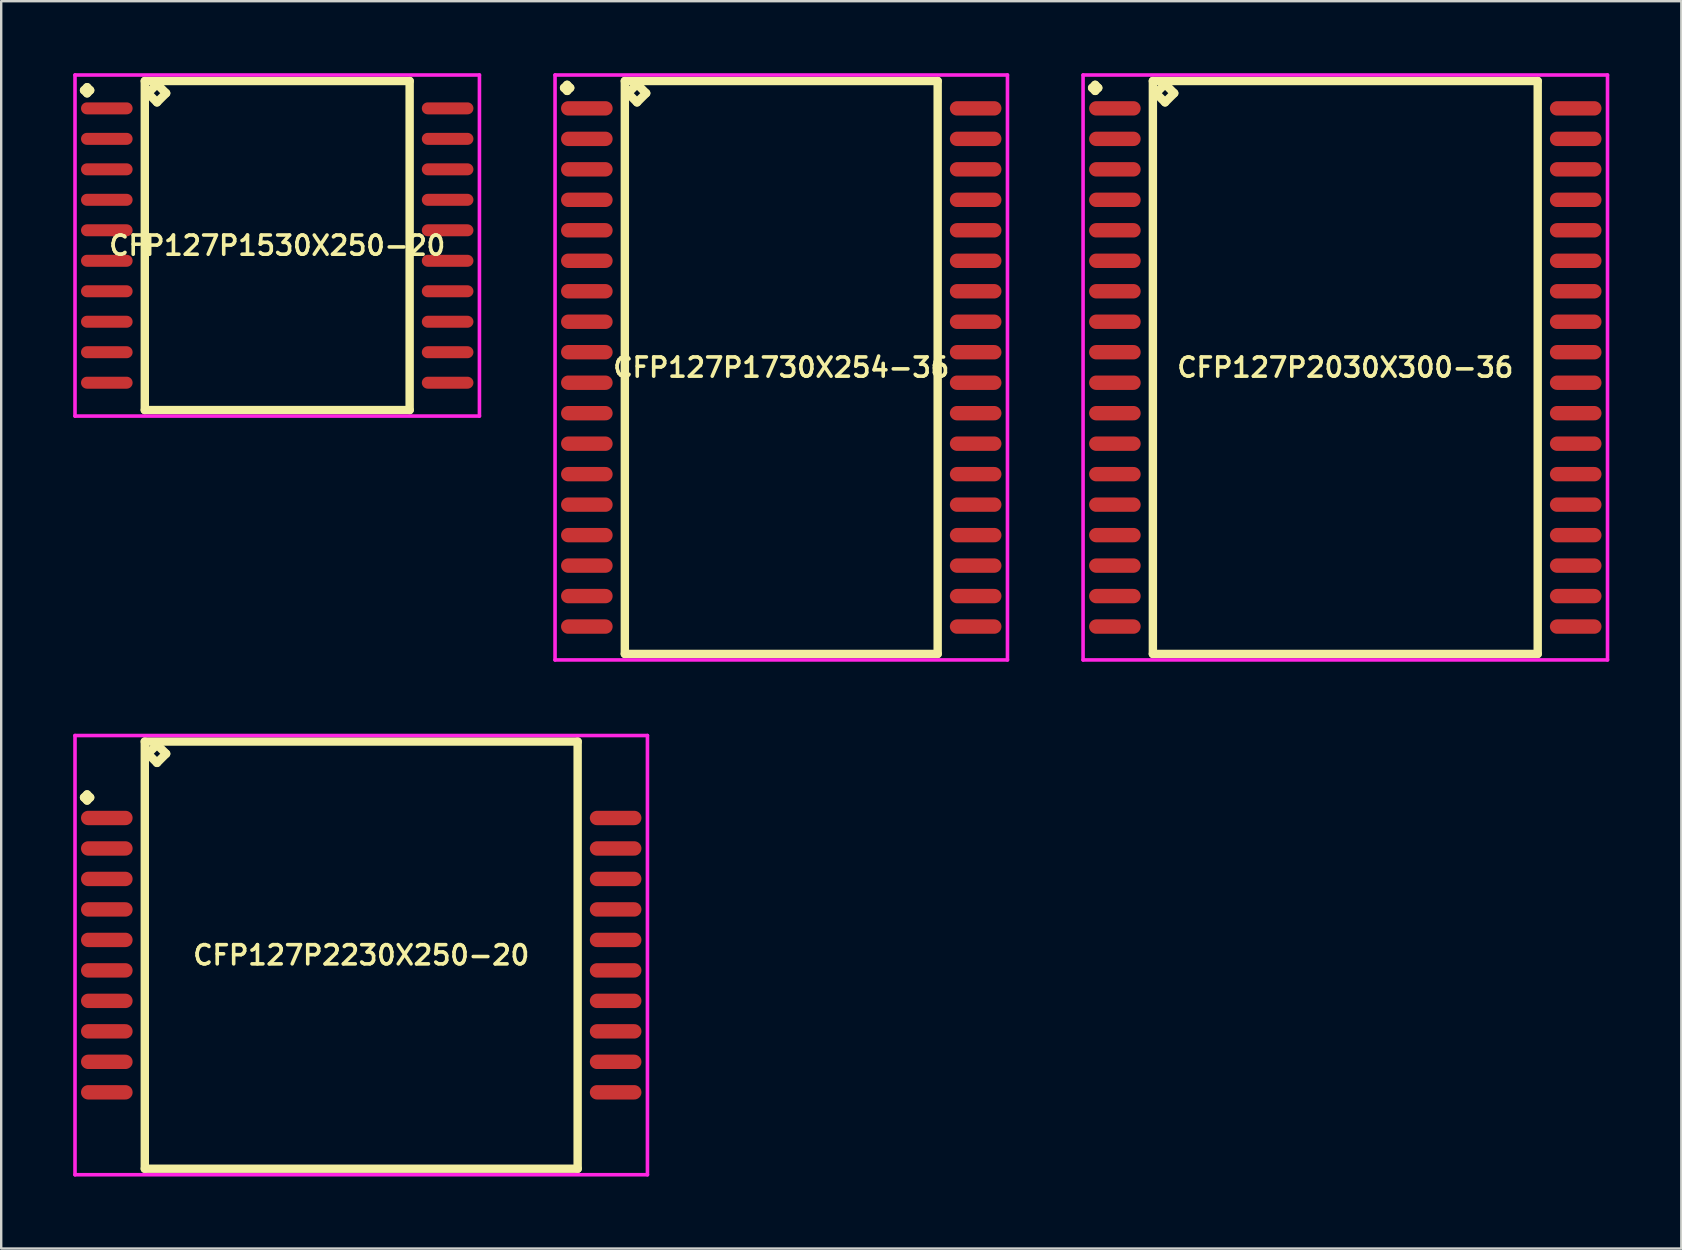
<source format=kicad_pcb>
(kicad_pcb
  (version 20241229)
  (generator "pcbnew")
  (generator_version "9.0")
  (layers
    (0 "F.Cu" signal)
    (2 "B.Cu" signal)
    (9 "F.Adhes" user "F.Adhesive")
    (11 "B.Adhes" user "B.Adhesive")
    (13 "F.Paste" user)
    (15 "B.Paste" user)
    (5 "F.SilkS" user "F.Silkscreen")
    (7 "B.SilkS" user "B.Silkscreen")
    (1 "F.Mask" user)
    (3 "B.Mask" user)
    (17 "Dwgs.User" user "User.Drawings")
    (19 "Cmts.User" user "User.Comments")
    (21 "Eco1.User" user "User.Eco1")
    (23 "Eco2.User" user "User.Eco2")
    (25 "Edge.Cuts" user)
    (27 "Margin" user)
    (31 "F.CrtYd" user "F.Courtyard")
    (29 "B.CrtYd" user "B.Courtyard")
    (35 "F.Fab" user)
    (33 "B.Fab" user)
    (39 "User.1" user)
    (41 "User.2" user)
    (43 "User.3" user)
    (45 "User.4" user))
  (footprint "CFP127P2230X250-20"
    (layer "F.Cu")
    (at 12 36.745)
    (property "Reference" "CFP127P2230X250-20" (at 0 0 0) (layer "F.SilkS") (effects (font (size 0.8 0.8) (thickness 0.15))))
    (attr smd)
    (fp_line (start -11.548 -6.569) (end -11.421 -6.696) (stroke (width 0.35) (type solid)) (layer "F.SilkS"))
    (fp_line (start -11.421 -6.696) (end -11.294 -6.569) (stroke (width 0.35) (type solid)) (layer "F.SilkS"))
    (fp_line (start -11.421 -6.442) (end -11.548 -6.569) (stroke (width 0.35) (type solid)) (layer "F.SilkS"))
    (fp_line (start -11.294 -6.569) (end -11.421 -6.442) (stroke (width 0.35) (type solid)) (layer "F.SilkS"))
    (fp_line (start -9.017 -8.9) (end -9.017 8.9) (stroke (width 0.35) (type solid)) (layer "F.SilkS"))
    (fp_line (start -9.017 8.9) (end 9.017 8.9) (stroke (width 0.35) (type solid)) (layer "F.SilkS"))
    (fp_line (start -8.89 -8.392) (end -8.509 -8.773) (stroke (width 0.35) (type solid)) (layer "F.SilkS"))
    (fp_line (start -8.509 -8.773) (end -8.128 -8.392) (stroke (width 0.35) (type solid)) (layer "F.SilkS"))
    (fp_line (start -8.509 -8.011) (end -8.89 -8.392) (stroke (width 0.35) (type solid)) (layer "F.SilkS"))
    (fp_line (start -8.128 -8.392) (end -8.509 -8.011) (stroke (width 0.35) (type solid)) (layer "F.SilkS"))
    (fp_line (start 9.017 -8.9) (end -9.017 -8.9) (stroke (width 0.35) (type solid)) (layer "F.SilkS"))
    (fp_line (start 9.017 8.9) (end 9.017 -8.9) (stroke (width 0.35) (type solid)) (layer "F.SilkS"))
    (fp_line (start -11.925 -9.15) (end 11.925 -9.15) (stroke (width 0.15) (type solid)) (layer "F.CrtYd"))
    (fp_line (start -11.925 9.15) (end -11.925 -9.15) (stroke (width 0.15) (type solid)) (layer "F.CrtYd"))
    (fp_line (start 11.925 -9.15) (end 11.925 9.15) (stroke (width 0.15) (type solid)) (layer "F.CrtYd"))
    (fp_line (start 11.925 9.15) (end -11.925 9.15) (stroke (width 0.15) (type solid)) (layer "F.CrtYd"))
    (pad "1" smd oval (at -10.6 -5.715) (size 2.15 0.6) (layers "F.Cu" "F.Mask" "F.Paste"))
    (pad "2" smd oval (at -10.6 -4.445) (size 2.15 0.6) (layers "F.Cu" "F.Mask" "F.Paste"))
    (pad "3" smd oval (at -10.6 -3.175) (size 2.15 0.6) (layers "F.Cu" "F.Mask" "F.Paste"))
    (pad "4" smd oval (at -10.6 -1.905) (size 2.15 0.6) (layers "F.Cu" "F.Mask" "F.Paste"))
    (pad "5" smd oval (at -10.6 -0.635) (size 2.15 0.6) (layers "F.Cu" "F.Mask" "F.Paste"))
    (pad "6" smd oval (at -10.6 0.635) (size 2.15 0.6) (layers "F.Cu" "F.Mask" "F.Paste"))
    (pad "7" smd oval (at -10.6 1.905) (size 2.15 0.6) (layers "F.Cu" "F.Mask" "F.Paste"))
    (pad "8" smd oval (at -10.6 3.175) (size 2.15 0.6) (layers "F.Cu" "F.Mask" "F.Paste"))
    (pad "9" smd oval (at -10.6 4.445) (size 2.15 0.6) (layers "F.Cu" "F.Mask" "F.Paste"))
    (pad "10" smd oval (at -10.6 5.715) (size 2.15 0.6) (layers "F.Cu" "F.Mask" "F.Paste"))
    (pad "11" smd oval (at 10.6 5.715) (size 2.15 0.6) (layers "F.Cu" "F.Mask" "F.Paste"))
    (pad "12" smd oval (at 10.6 4.445) (size 2.15 0.6) (layers "F.Cu" "F.Mask" "F.Paste"))
    (pad "13" smd oval (at 10.6 3.175) (size 2.15 0.6) (layers "F.Cu" "F.Mask" "F.Paste"))
    (pad "14" smd oval (at 10.6 1.905) (size 2.15 0.6) (layers "F.Cu" "F.Mask" "F.Paste"))
    (pad "15" smd oval (at 10.6 0.635) (size 2.15 0.6) (layers "F.Cu" "F.Mask" "F.Paste"))
    (pad "16" smd oval (at 10.6 -0.635) (size 2.15 0.6) (layers "F.Cu" "F.Mask" "F.Paste"))
    (pad "17" smd oval (at 10.6 -1.905) (size 2.15 0.6) (layers "F.Cu" "F.Mask" "F.Paste"))
    (pad "18" smd oval (at 10.6 -3.175) (size 2.15 0.6) (layers "F.Cu" "F.Mask" "F.Paste"))
    (pad "19" smd oval (at 10.6 -4.445) (size 2.15 0.6) (layers "F.Cu" "F.Mask" "F.Paste"))
    (pad "20" smd oval (at 10.6 -5.715) (size 2.15 0.6) (layers "F.Cu" "F.Mask" "F.Paste")))
  (footprint "CFP127P1730X254-36"
    (layer "F.Cu")
    (at 29.5 12.26)
    (property "Reference" "CFP127P1730X254-36" (at 0 0 0) (layer "F.SilkS") (effects (font (size 0.8 0.8) (thickness 0.15))))
    (attr through_hole)
    (fp_line (start -9.048 -11.649) (end -8.921 -11.776) (stroke (width 0.35) (type solid)) (layer "F.SilkS"))
    (fp_line (start -8.921 -11.776) (end -8.794 -11.649) (stroke (width 0.35) (type solid)) (layer "F.SilkS"))
    (fp_line (start -8.921 -11.522) (end -9.048 -11.649) (stroke (width 0.35) (type solid)) (layer "F.SilkS"))
    (fp_line (start -8.794 -11.649) (end -8.921 -11.522) (stroke (width 0.35) (type solid)) (layer "F.SilkS"))
    (fp_line (start -6.517 -11.935) (end -6.517 11.935) (stroke (width 0.35) (type solid)) (layer "F.SilkS"))
    (fp_line (start -6.517 11.935) (end 6.517 11.935) (stroke (width 0.35) (type solid)) (layer "F.SilkS"))
    (fp_line (start -6.39 -11.427) (end -6.009 -11.808) (stroke (width 0.35) (type solid)) (layer "F.SilkS"))
    (fp_line (start -6.009 -11.808) (end -5.628 -11.427) (stroke (width 0.35) (type solid)) (layer "F.SilkS"))
    (fp_line (start -6.009 -11.046) (end -6.39 -11.427) (stroke (width 0.35) (type solid)) (layer "F.SilkS"))
    (fp_line (start -5.628 -11.427) (end -6.009 -11.046) (stroke (width 0.35) (type solid)) (layer "F.SilkS"))
    (fp_line (start 6.517 -11.935) (end -6.517 -11.935) (stroke (width 0.35) (type solid)) (layer "F.SilkS"))
    (fp_line (start 6.517 11.935) (end 6.517 -11.935) (stroke (width 0.35) (type solid)) (layer "F.SilkS"))
    (fp_line (start -9.425 -12.185) (end 9.425 -12.185) (stroke (width 0.15) (type solid)) (layer "F.CrtYd"))
    (fp_line (start -9.425 12.185) (end -9.425 -12.185) (stroke (width 0.15) (type solid)) (layer "F.CrtYd"))
    (fp_line (start 9.425 -12.185) (end 9.425 12.185) (stroke (width 0.15) (type solid)) (layer "F.CrtYd"))
    (fp_line (start 9.425 12.185) (end -9.425 12.185) (stroke (width 0.15) (type solid)) (layer "F.CrtYd"))
    (pad "1" smd oval (at -8.1 -10.795) (size 2.15 0.6) (layers "F.Cu" "F.Mask" "F.Paste"))
    (pad "2" smd oval (at -8.1 -9.525) (size 2.15 0.6) (layers "F.Cu" "F.Mask" "F.Paste"))
    (pad "3" smd oval (at -8.1 -8.255) (size 2.15 0.6) (layers "F.Cu" "F.Mask" "F.Paste"))
    (pad "4" smd oval (at -8.1 -6.985) (size 2.15 0.6) (layers "F.Cu" "F.Mask" "F.Paste"))
    (pad "5" smd oval (at -8.1 -5.715) (size 2.15 0.6) (layers "F.Cu" "F.Mask" "F.Paste"))
    (pad "6" smd oval (at -8.1 -4.445) (size 2.15 0.6) (layers "F.Cu" "F.Mask" "F.Paste"))
    (pad "7" smd oval (at -8.1 -3.175) (size 2.15 0.6) (layers "F.Cu" "F.Mask" "F.Paste"))
    (pad "8" smd oval (at -8.1 -1.905) (size 2.15 0.6) (layers "F.Cu" "F.Mask" "F.Paste"))
    (pad "9" smd oval (at -8.1 -0.635) (size 2.15 0.6) (layers "F.Cu" "F.Mask" "F.Paste"))
    (pad "10" smd oval (at -8.1 0.635) (size 2.15 0.6) (layers "F.Cu" "F.Mask" "F.Paste"))
    (pad "11" smd oval (at -8.1 1.905) (size 2.15 0.6) (layers "F.Cu" "F.Mask" "F.Paste"))
    (pad "12" smd oval (at -8.1 3.175) (size 2.15 0.6) (layers "F.Cu" "F.Mask" "F.Paste"))
    (pad "13" smd oval (at -8.1 4.445) (size 2.15 0.6) (layers "F.Cu" "F.Mask" "F.Paste"))
    (pad "14" smd oval (at -8.1 5.715) (size 2.15 0.6) (layers "F.Cu" "F.Mask" "F.Paste"))
    (pad "15" smd oval (at -8.1 6.985) (size 2.15 0.6) (layers "F.Cu" "F.Mask" "F.Paste"))
    (pad "16" smd oval (at -8.1 8.255) (size 2.15 0.6) (layers "F.Cu" "F.Mask" "F.Paste"))
    (pad "17" smd oval (at -8.1 9.525) (size 2.15 0.6) (layers "F.Cu" "F.Mask" "F.Paste"))
    (pad "18" smd oval (at -8.1 10.795) (size 2.15 0.6) (layers "F.Cu" "F.Mask" "F.Paste"))
    (pad "19" smd oval (at 8.1 10.795) (size 2.15 0.6) (layers "F.Cu" "F.Mask" "F.Paste"))
    (pad "20" smd oval (at 8.1 9.525) (size 2.15 0.6) (layers "F.Cu" "F.Mask" "F.Paste"))
    (pad "21" smd oval (at 8.1 8.255) (size 2.15 0.6) (layers "F.Cu" "F.Mask" "F.Paste"))
    (pad "22" smd oval (at 8.1 6.985) (size 2.15 0.6) (layers "F.Cu" "F.Mask" "F.Paste"))
    (pad "23" smd oval (at 8.1 5.715) (size 2.15 0.6) (layers "F.Cu" "F.Mask" "F.Paste"))
    (pad "24" smd oval (at 8.1 4.445) (size 2.15 0.6) (layers "F.Cu" "F.Mask" "F.Paste"))
    (pad "25" smd oval (at 8.1 3.175) (size 2.15 0.6) (layers "F.Cu" "F.Mask" "F.Paste"))
    (pad "26" smd oval (at 8.1 1.905) (size 2.15 0.6) (layers "F.Cu" "F.Mask" "F.Paste"))
    (pad "27" smd oval (at 8.1 0.635) (size 2.15 0.6) (layers "F.Cu" "F.Mask" "F.Paste"))
    (pad "28" smd oval (at 8.1 -0.635) (size 2.15 0.6) (layers "F.Cu" "F.Mask" "F.Paste"))
    (pad "29" smd oval (at 8.1 -1.905) (size 2.15 0.6) (layers "F.Cu" "F.Mask" "F.Paste"))
    (pad "30" smd oval (at 8.1 -3.175) (size 2.15 0.6) (layers "F.Cu" "F.Mask" "F.Paste"))
    (pad "31" smd oval (at 8.1 -4.445) (size 2.15 0.6) (layers "F.Cu" "F.Mask" "F.Paste"))
    (pad "32" smd oval (at 8.1 -5.715) (size 2.15 0.6) (layers "F.Cu" "F.Mask" "F.Paste"))
    (pad "33" smd oval (at 8.1 -6.985) (size 2.15 0.6) (layers "F.Cu" "F.Mask" "F.Paste"))
    (pad "34" smd oval (at 8.1 -8.255) (size 2.15 0.6) (layers "F.Cu" "F.Mask" "F.Paste"))
    (pad "35" smd oval (at 8.1 -9.525) (size 2.15 0.6) (layers "F.Cu" "F.Mask" "F.Paste"))
    (pad "36" smd oval (at 8.1 -10.795) (size 2.15 0.6) (layers "F.Cu" "F.Mask" "F.Paste")))
  (footprint "CFP127P1530X250-20"
    (layer "F.Cu")
    (at 8.5 7.18)
    (property "Reference" "CFP127P1530X250-20" (at 0 0 0) (layer "F.SilkS") (effects (font (size 0.8 0.8) (thickness 0.15))))
    (attr through_hole)
    (fp_line (start -8.048 -6.469) (end -7.921 -6.596) (stroke (width 0.35) (type solid)) (layer "F.SilkS"))
    (fp_line (start -7.921 -6.596) (end -7.794 -6.469) (stroke (width 0.35) (type solid)) (layer "F.SilkS"))
    (fp_line (start -7.921 -6.342) (end -8.048 -6.469) (stroke (width 0.35) (type solid)) (layer "F.SilkS"))
    (fp_line (start -7.794 -6.469) (end -7.921 -6.342) (stroke (width 0.35) (type solid)) (layer "F.SilkS"))
    (fp_line (start -5.517 -6.855) (end -5.517 6.855) (stroke (width 0.35) (type solid)) (layer "F.SilkS"))
    (fp_line (start -5.517 6.855) (end 5.517 6.855) (stroke (width 0.35) (type solid)) (layer "F.SilkS"))
    (fp_line (start -5.39 -6.347) (end -5.009 -6.728) (stroke (width 0.35) (type solid)) (layer "F.SilkS"))
    (fp_line (start -5.009 -6.728) (end -4.628 -6.347) (stroke (width 0.35) (type solid)) (layer "F.SilkS"))
    (fp_line (start -5.009 -5.966) (end -5.39 -6.347) (stroke (width 0.35) (type solid)) (layer "F.SilkS"))
    (fp_line (start -4.628 -6.347) (end -5.009 -5.966) (stroke (width 0.35) (type solid)) (layer "F.SilkS"))
    (fp_line (start 5.517 -6.855) (end -5.517 -6.855) (stroke (width 0.35) (type solid)) (layer "F.SilkS"))
    (fp_line (start 5.517 6.855) (end 5.517 -6.855) (stroke (width 0.35) (type solid)) (layer "F.SilkS"))
    (fp_line (start -8.425 -7.105) (end 8.425 -7.105) (stroke (width 0.15) (type solid)) (layer "F.CrtYd"))
    (fp_line (start -8.425 7.105) (end -8.425 -7.105) (stroke (width 0.15) (type solid)) (layer "F.CrtYd"))
    (fp_line (start 8.425 -7.105) (end 8.425 7.105) (stroke (width 0.15) (type solid)) (layer "F.CrtYd"))
    (fp_line (start 8.425 7.105) (end -8.425 7.105) (stroke (width 0.15) (type solid)) (layer "F.CrtYd"))
    (pad "1" smd oval (at -7.1 -5.715) (size 2.15 0.5) (layers "F.Cu" "F.Mask" "F.Paste"))
    (pad "2" smd oval (at -7.1 -4.445) (size 2.15 0.5) (layers "F.Cu" "F.Mask" "F.Paste"))
    (pad "3" smd oval (at -7.1 -3.175) (size 2.15 0.5) (layers "F.Cu" "F.Mask" "F.Paste"))
    (pad "4" smd oval (at -7.1 -1.905) (size 2.15 0.5) (layers "F.Cu" "F.Mask" "F.Paste"))
    (pad "5" smd oval (at -7.1 -0.635) (size 2.15 0.5) (layers "F.Cu" "F.Mask" "F.Paste"))
    (pad "6" smd oval (at -7.1 0.635) (size 2.15 0.5) (layers "F.Cu" "F.Mask" "F.Paste"))
    (pad "7" smd oval (at -7.1 1.905) (size 2.15 0.5) (layers "F.Cu" "F.Mask" "F.Paste"))
    (pad "8" smd oval (at -7.1 3.175) (size 2.15 0.5) (layers "F.Cu" "F.Mask" "F.Paste"))
    (pad "9" smd oval (at -7.1 4.445) (size 2.15 0.5) (layers "F.Cu" "F.Mask" "F.Paste"))
    (pad "10" smd oval (at -7.1 5.715) (size 2.15 0.5) (layers "F.Cu" "F.Mask" "F.Paste"))
    (pad "11" smd oval (at 7.1 5.715) (size 2.15 0.5) (layers "F.Cu" "F.Mask" "F.Paste"))
    (pad "12" smd oval (at 7.1 4.445) (size 2.15 0.5) (layers "F.Cu" "F.Mask" "F.Paste"))
    (pad "13" smd oval (at 7.1 3.175) (size 2.15 0.5) (layers "F.Cu" "F.Mask" "F.Paste"))
    (pad "14" smd oval (at 7.1 1.905) (size 2.15 0.5) (layers "F.Cu" "F.Mask" "F.Paste"))
    (pad "15" smd oval (at 7.1 0.635) (size 2.15 0.5) (layers "F.Cu" "F.Mask" "F.Paste"))
    (pad "16" smd oval (at 7.1 -0.635) (size 2.15 0.5) (layers "F.Cu" "F.Mask" "F.Paste"))
    (pad "17" smd oval (at 7.1 -1.905) (size 2.15 0.5) (layers "F.Cu" "F.Mask" "F.Paste"))
    (pad "18" smd oval (at 7.1 -3.175) (size 2.15 0.5) (layers "F.Cu" "F.Mask" "F.Paste"))
    (pad "19" smd oval (at 7.1 -4.445) (size 2.15 0.5) (layers "F.Cu" "F.Mask" "F.Paste"))
    (pad "20" smd oval (at 7.1 -5.715) (size 2.15 0.5) (layers "F.Cu" "F.Mask" "F.Paste")))
  (footprint "CFP127P2030X300-36"
    (layer "F.Cu")
    (at 53 12.26)
    (property "Reference" "CFP127P2030X300-36" (at 0 0 0) (layer "F.SilkS") (effects (font (size 0.8 0.8) (thickness 0.15))))
    (attr smd)
    (fp_line (start -10.548 -11.649) (end -10.421 -11.776) (stroke (width 0.35) (type solid)) (layer "F.SilkS"))
    (fp_line (start -10.421 -11.776) (end -10.294 -11.649) (stroke (width 0.35) (type solid)) (layer "F.SilkS"))
    (fp_line (start -10.421 -11.522) (end -10.548 -11.649) (stroke (width 0.35) (type solid)) (layer "F.SilkS"))
    (fp_line (start -10.294 -11.649) (end -10.421 -11.522) (stroke (width 0.35) (type solid)) (layer "F.SilkS"))
    (fp_line (start -8.017 -11.935) (end -8.017 11.935) (stroke (width 0.35) (type solid)) (layer "F.SilkS"))
    (fp_line (start -8.017 11.935) (end 8.017 11.935) (stroke (width 0.35) (type solid)) (layer "F.SilkS"))
    (fp_line (start -7.89 -11.427) (end -7.509 -11.808) (stroke (width 0.35) (type solid)) (layer "F.SilkS"))
    (fp_line (start -7.509 -11.808) (end -7.128 -11.427) (stroke (width 0.35) (type solid)) (layer "F.SilkS"))
    (fp_line (start -7.509 -11.046) (end -7.89 -11.427) (stroke (width 0.35) (type solid)) (layer "F.SilkS"))
    (fp_line (start -7.128 -11.427) (end -7.509 -11.046) (stroke (width 0.35) (type solid)) (layer "F.SilkS"))
    (fp_line (start 8.017 -11.935) (end -8.017 -11.935) (stroke (width 0.35) (type solid)) (layer "F.SilkS"))
    (fp_line (start 8.017 11.935) (end 8.017 -11.935) (stroke (width 0.35) (type solid)) (layer "F.SilkS"))
    (fp_line (start -10.925 -12.185) (end 10.925 -12.185) (stroke (width 0.15) (type solid)) (layer "F.CrtYd"))
    (fp_line (start -10.925 12.185) (end -10.925 -12.185) (stroke (width 0.15) (type solid)) (layer "F.CrtYd"))
    (fp_line (start 10.925 -12.185) (end 10.925 12.185) (stroke (width 0.15) (type solid)) (layer "F.CrtYd"))
    (fp_line (start 10.925 12.185) (end -10.925 12.185) (stroke (width 0.15) (type solid)) (layer "F.CrtYd"))
    (pad "1" smd oval (at -9.6 -10.795) (size 2.15 0.6) (layers "F.Cu" "F.Mask" "F.Paste"))
    (pad "2" smd oval (at -9.6 -9.525) (size 2.15 0.6) (layers "F.Cu" "F.Mask" "F.Paste"))
    (pad "3" smd oval (at -9.6 -8.255) (size 2.15 0.6) (layers "F.Cu" "F.Mask" "F.Paste"))
    (pad "4" smd oval (at -9.6 -6.985) (size 2.15 0.6) (layers "F.Cu" "F.Mask" "F.Paste"))
    (pad "5" smd oval (at -9.6 -5.715) (size 2.15 0.6) (layers "F.Cu" "F.Mask" "F.Paste"))
    (pad "6" smd oval (at -9.6 -4.445) (size 2.15 0.6) (layers "F.Cu" "F.Mask" "F.Paste"))
    (pad "7" smd oval (at -9.6 -3.175) (size 2.15 0.6) (layers "F.Cu" "F.Mask" "F.Paste"))
    (pad "8" smd oval (at -9.6 -1.905) (size 2.15 0.6) (layers "F.Cu" "F.Mask" "F.Paste"))
    (pad "9" smd oval (at -9.6 -0.635) (size 2.15 0.6) (layers "F.Cu" "F.Mask" "F.Paste"))
    (pad "10" smd oval (at -9.6 0.635) (size 2.15 0.6) (layers "F.Cu" "F.Mask" "F.Paste"))
    (pad "11" smd oval (at -9.6 1.905) (size 2.15 0.6) (layers "F.Cu" "F.Mask" "F.Paste"))
    (pad "12" smd oval (at -9.6 3.175) (size 2.15 0.6) (layers "F.Cu" "F.Mask" "F.Paste"))
    (pad "13" smd oval (at -9.6 4.445) (size 2.15 0.6) (layers "F.Cu" "F.Mask" "F.Paste"))
    (pad "14" smd oval (at -9.6 5.715) (size 2.15 0.6) (layers "F.Cu" "F.Mask" "F.Paste"))
    (pad "15" smd oval (at -9.6 6.985) (size 2.15 0.6) (layers "F.Cu" "F.Mask" "F.Paste"))
    (pad "16" smd oval (at -9.6 8.255) (size 2.15 0.6) (layers "F.Cu" "F.Mask" "F.Paste"))
    (pad "17" smd oval (at -9.6 9.525) (size 2.15 0.6) (layers "F.Cu" "F.Mask" "F.Paste"))
    (pad "18" smd oval (at -9.6 10.795) (size 2.15 0.6) (layers "F.Cu" "F.Mask" "F.Paste"))
    (pad "19" smd oval (at 9.6 10.795) (size 2.15 0.6) (layers "F.Cu" "F.Mask" "F.Paste"))
    (pad "20" smd oval (at 9.6 9.525) (size 2.15 0.6) (layers "F.Cu" "F.Mask" "F.Paste"))
    (pad "21" smd oval (at 9.6 8.255) (size 2.15 0.6) (layers "F.Cu" "F.Mask" "F.Paste"))
    (pad "22" smd oval (at 9.6 6.985) (size 2.15 0.6) (layers "F.Cu" "F.Mask" "F.Paste"))
    (pad "23" smd oval (at 9.6 5.715) (size 2.15 0.6) (layers "F.Cu" "F.Mask" "F.Paste"))
    (pad "24" smd oval (at 9.6 4.445) (size 2.15 0.6) (layers "F.Cu" "F.Mask" "F.Paste"))
    (pad "25" smd oval (at 9.6 3.175) (size 2.15 0.6) (layers "F.Cu" "F.Mask" "F.Paste"))
    (pad "26" smd oval (at 9.6 1.905) (size 2.15 0.6) (layers "F.Cu" "F.Mask" "F.Paste"))
    (pad "27" smd oval (at 9.6 0.635) (size 2.15 0.6) (layers "F.Cu" "F.Mask" "F.Paste"))
    (pad "28" smd oval (at 9.6 -0.635) (size 2.15 0.6) (layers "F.Cu" "F.Mask" "F.Paste"))
    (pad "29" smd oval (at 9.6 -1.905) (size 2.15 0.6) (layers "F.Cu" "F.Mask" "F.Paste"))
    (pad "30" smd oval (at 9.6 -3.175) (size 2.15 0.6) (layers "F.Cu" "F.Mask" "F.Paste"))
    (pad "31" smd oval (at 9.6 -4.445) (size 2.15 0.6) (layers "F.Cu" "F.Mask" "F.Paste"))
    (pad "32" smd oval (at 9.6 -5.715) (size 2.15 0.6) (layers "F.Cu" "F.Mask" "F.Paste"))
    (pad "33" smd oval (at 9.6 -6.985) (size 2.15 0.6) (layers "F.Cu" "F.Mask" "F.Paste"))
    (pad "34" smd oval (at 9.6 -8.255) (size 2.15 0.6) (layers "F.Cu" "F.Mask" "F.Paste"))
    (pad "35" smd oval (at 9.6 -9.525) (size 2.15 0.6) (layers "F.Cu" "F.Mask" "F.Paste"))
    (pad "36" smd oval (at 9.6 -10.795) (size 2.15 0.6) (layers "F.Cu" "F.Mask" "F.Paste")))
  (gr_rect
    (start -3 -3)
    (end 67 48.97)
    (stroke (width 0.1) (type default))
    (fill no)
    (layer "Edge.Cuts")))
</source>
